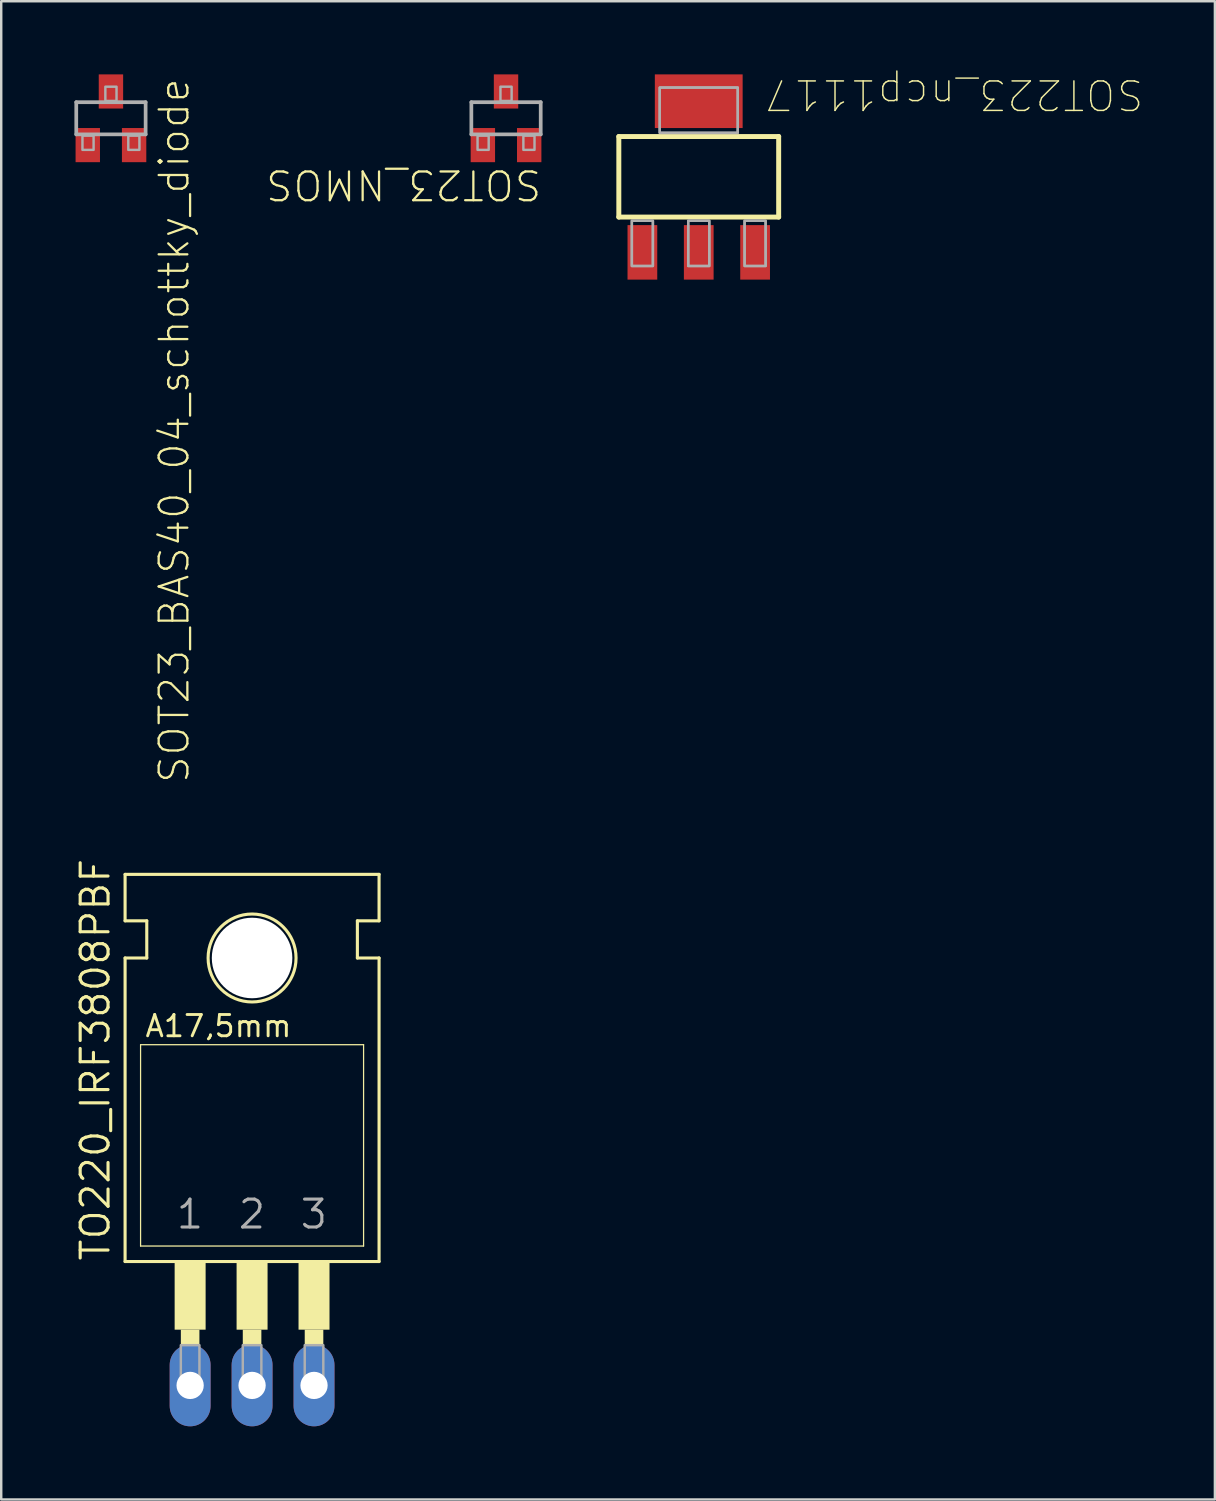
<source format=kicad_pcb>
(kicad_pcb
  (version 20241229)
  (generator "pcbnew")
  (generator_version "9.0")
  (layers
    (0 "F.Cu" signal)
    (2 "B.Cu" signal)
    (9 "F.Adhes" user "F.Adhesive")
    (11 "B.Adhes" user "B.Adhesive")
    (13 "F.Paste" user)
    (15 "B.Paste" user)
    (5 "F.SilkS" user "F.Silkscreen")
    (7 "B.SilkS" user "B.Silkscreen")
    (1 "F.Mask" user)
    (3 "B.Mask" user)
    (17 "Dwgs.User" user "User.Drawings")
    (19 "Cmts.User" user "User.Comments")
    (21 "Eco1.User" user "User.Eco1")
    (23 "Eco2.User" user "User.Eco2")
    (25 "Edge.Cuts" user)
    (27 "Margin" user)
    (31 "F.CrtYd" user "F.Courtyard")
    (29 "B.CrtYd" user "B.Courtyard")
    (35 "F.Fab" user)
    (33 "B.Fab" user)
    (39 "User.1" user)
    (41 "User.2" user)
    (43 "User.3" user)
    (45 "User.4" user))
  (footprint "SOT23_NMOS"
    (layer "F.Cu")
    (at 17.699 1.8)
    (property "Reference" "SOT23_NMOS" (at 1.524 2.032 180) (unlocked yes) (layer "F.SilkS") (effects (font (size 1.177 1.177) (thickness 0.093)) (justify left bottom)))
    (fp_line (start -1.422 -0.66) (end 1.422 -0.66) (stroke (width 0.152) (type solid)) (layer "F.Fab"))
    (fp_line (start -1.422 0.66) (end -1.422 -0.66) (stroke (width 0.152) (type solid)) (layer "F.Fab"))
    (fp_line (start 1.422 -0.66) (end 1.422 0.66) (stroke (width 0.152) (type solid)) (layer "F.Fab"))
    (fp_line (start 1.422 0.66) (end -1.422 0.66) (stroke (width 0.152) (type solid)) (layer "F.Fab"))
    (fp_poly (pts (xy -1.168 1.295) (xy -0.711 1.295) (xy -0.711 0.711) (xy -1.168 0.711)) (stroke (width 0.1) (type default)) (fill no) (layer "F.Fab"))
    (fp_poly (pts (xy -0.229 -0.711) (xy 0.229 -0.711) (xy 0.229 -1.295) (xy -0.229 -1.295)) (stroke (width 0.1) (type default)) (fill no) (layer "F.Fab"))
    (fp_poly (pts (xy 0.711 1.295) (xy 1.168 1.295) (xy 1.168 0.711) (xy 0.711 0.711)) (stroke (width 0.1) (type default)) (fill no) (layer "F.Fab"))
    (pad "1" smd rect (at -0.95 1.1) (size 1 1.4) (layers "F.Cu" "F.Mask" "F.Paste"))
    (pad "2" smd rect (at 0.95 1.1) (size 1 1.4) (layers "F.Cu" "F.Mask" "F.Paste"))
    (pad "3" smd rect (at 0 -1.1) (size 1 1.4) (layers "F.Cu" "F.Mask" "F.Paste")))
  (footprint "SOT23_BAS40_04_schottky_diode"
    (layer "F.Cu")
    (at 1.499 1.8)
    (property "Reference" "SOT23_BAS40_04_schottky_diode" (at 1.905 -1.714 90) (unlocked yes) (layer "F.SilkS") (effects (font (size 1.177 1.177) (thickness 0.093)) (justify right top)))
    (fp_line (start -1.422 -0.66) (end 1.422 -0.66) (stroke (width 0.152) (type solid)) (layer "F.Fab"))
    (fp_line (start -1.422 0.66) (end -1.422 -0.66) (stroke (width 0.152) (type solid)) (layer "F.Fab"))
    (fp_line (start 1.422 -0.66) (end 1.422 0.66) (stroke (width 0.152) (type solid)) (layer "F.Fab"))
    (fp_line (start 1.422 0.66) (end -1.422 0.66) (stroke (width 0.152) (type solid)) (layer "F.Fab"))
    (fp_poly (pts (xy -1.168 1.295) (xy -0.711 1.295) (xy -0.711 0.711) (xy -1.168 0.711)) (stroke (width 0.1) (type default)) (fill no) (layer "F.Fab"))
    (fp_poly (pts (xy -0.229 -0.711) (xy 0.229 -0.711) (xy 0.229 -1.295) (xy -0.229 -1.295)) (stroke (width 0.1) (type default)) (fill no) (layer "F.Fab"))
    (fp_poly (pts (xy 0.711 1.295) (xy 1.168 1.295) (xy 1.168 0.711) (xy 0.711 0.711)) (stroke (width 0.1) (type default)) (fill no) (layer "F.Fab"))
    (pad "1" smd rect (at -0.95 1.1) (size 1 1.4) (layers "F.Cu" "F.Mask" "F.Paste"))
    (pad "2" smd rect (at 0.95 1.1) (size 1 1.4) (layers "F.Cu" "F.Mask" "F.Paste"))
    (pad "3" smd rect (at 0 -1.1) (size 1 1.4) (layers "F.Cu" "F.Mask" "F.Paste")))
  (footprint "SOT223_ncp1117"
    (layer "F.Cu")
    (at 25.601 4.199)
    (property "Reference" "SOT223_ncp1117" (at 2.667 -2.667 180) (unlocked yes) (layer "F.SilkS") (effects (font (size 1.21 1.21) (thickness 0.06)) (justify right top)))
    (fp_line (start -3.277 -1.651) (end 3.277 -1.651) (stroke (width 0.203) (type solid)) (layer "F.SilkS"))
    (fp_line (start -3.277 1.651) (end -3.277 -1.651) (stroke (width 0.203) (type solid)) (layer "F.SilkS"))
    (fp_line (start 3.277 -1.651) (end 3.277 1.651) (stroke (width 0.203) (type solid)) (layer "F.SilkS"))
    (fp_line (start 3.277 1.651) (end -3.277 1.651) (stroke (width 0.203) (type solid)) (layer "F.SilkS"))
    (fp_poly (pts (xy -2.743 3.658) (xy -1.88 3.658) (xy -1.88 1.803) (xy -2.743 1.803)) (stroke (width 0.1) (type default)) (fill no) (layer "F.Fab"))
    (fp_poly (pts (xy -2.743 3.658) (xy -1.88 3.658) (xy -1.88 1.803) (xy -2.743 1.803)) (stroke (width 0.1) (type default)) (fill no) (layer "F.Fab"))
    (fp_poly (pts (xy -1.6 -1.803) (xy 1.6 -1.803) (xy 1.6 -3.658) (xy -1.6 -3.658)) (stroke (width 0.1) (type default)) (fill no) (layer "F.Fab"))
    (fp_poly (pts (xy -1.6 -1.803) (xy 1.6 -1.803) (xy 1.6 -3.658) (xy -1.6 -3.658)) (stroke (width 0.1) (type default)) (fill no) (layer "F.Fab"))
    (fp_poly (pts (xy -0.432 3.658) (xy 0.432 3.658) (xy 0.432 1.803) (xy -0.432 1.803)) (stroke (width 0.1) (type default)) (fill no) (layer "F.Fab"))
    (fp_poly (pts (xy -0.432 3.658) (xy 0.432 3.658) (xy 0.432 1.803) (xy -0.432 1.803)) (stroke (width 0.1) (type default)) (fill no) (layer "F.Fab"))
    (fp_poly (pts (xy 1.88 3.658) (xy 2.743 3.658) (xy 2.743 1.803) (xy 1.88 1.803)) (stroke (width 0.1) (type default)) (fill no) (layer "F.Fab"))
    (fp_poly (pts (xy 1.88 3.658) (xy 2.743 3.658) (xy 2.743 1.803) (xy 1.88 1.803)) (stroke (width 0.1) (type default)) (fill no) (layer "F.Fab"))
    (pad "1" smd rect (at -2.311 3.099) (size 1.219 2.235) (layers "F.Cu" "F.Mask" "F.Paste"))
    (pad "2" smd rect (at 0 3.099) (size 1.219 2.235) (layers "F.Cu" "F.Mask" "F.Paste"))
    (pad "3" smd rect (at 2.311 3.099) (size 1.219 2.235) (layers "F.Cu" "F.Mask" "F.Paste"))
    (pad "4" smd rect (at 0 -3.099) (size 3.6 2.2) (layers "F.Cu" "F.Mask" "F.Paste")))
  (footprint "TO220_IRF3808PBF"
    (layer "F.Cu")
    (at 7.286 47.407)
    (property "Reference" "TO220_IRF3808PBF" (at -5.76 1.318 90) (unlocked yes) (layer "F.SilkS") (effects (font (size 1.142 1.142) (thickness 0.128)) (justify left bottom)))
    (fp_line (start -5.207 -12.7) (end -5.207 -14.605) (stroke (width 0.127) (type solid)) (layer "F.SilkS"))
    (fp_line (start -5.207 -11.176) (end -4.318 -11.176) (stroke (width 0.127) (type solid)) (layer "F.SilkS"))
    (fp_line (start -5.207 1.27) (end -5.207 -11.176) (stroke (width 0.127) (type solid)) (layer "F.SilkS"))
    (fp_line (start -5.207 1.27) (end 5.207 1.27) (stroke (width 0.127) (type solid)) (layer "F.SilkS"))
    (fp_line (start -4.572 0.635) (end -4.572 -7.62) (stroke (width 0.051) (type solid)) (layer "F.SilkS"))
    (fp_line (start -4.572 0.635) (end 4.572 0.635) (stroke (width 0.051) (type solid)) (layer "F.SilkS"))
    (fp_line (start -4.318 -12.7) (end -5.207 -12.7) (stroke (width 0.127) (type solid)) (layer "F.SilkS"))
    (fp_line (start -4.318 -11.176) (end -4.318 -12.7) (stroke (width 0.127) (type solid)) (layer "F.SilkS"))
    (fp_line (start 4.318 -12.7) (end 5.207 -12.7) (stroke (width 0.127) (type solid)) (layer "F.SilkS"))
    (fp_line (start 4.318 -11.176) (end 4.318 -12.7) (stroke (width 0.127) (type solid)) (layer "F.SilkS"))
    (fp_line (start 4.572 -7.62) (end -4.572 -7.62) (stroke (width 0.051) (type solid)) (layer "F.SilkS"))
    (fp_line (start 4.572 -7.62) (end 4.572 0.635) (stroke (width 0.051) (type solid)) (layer "F.SilkS"))
    (fp_line (start 5.207 -14.605) (end -5.207 -14.605) (stroke (width 0.127) (type solid)) (layer "F.SilkS"))
    (fp_line (start 5.207 -12.7) (end 5.207 -14.605) (stroke (width 0.127) (type solid)) (layer "F.SilkS"))
    (fp_line (start 5.207 -11.176) (end 4.318 -11.176) (stroke (width 0.127) (type solid)) (layer "F.SilkS"))
    (fp_line (start 5.207 1.27) (end 5.207 -11.176) (stroke (width 0.127) (type solid)) (layer "F.SilkS"))
    (fp_circle (center 0 -11.176) (end 1.803 -11.176) (stroke (width 0.127) (type solid)) (fill no) (layer "F.SilkS"))
    (fp_poly (pts (xy -3.175 4.064) (xy -1.905 4.064) (xy -1.905 1.27) (xy -3.175 1.27)) (stroke (width 0) (type default)) (fill yes) (layer "F.SilkS"))
    (fp_poly (pts (xy -2.921 4.699) (xy -2.159 4.699) (xy -2.159 4.064) (xy -2.921 4.064)) (stroke (width 0) (type default)) (fill yes) (layer "F.SilkS"))
    (fp_poly (pts (xy -0.635 4.064) (xy 0.635 4.064) (xy 0.635 1.27) (xy -0.635 1.27)) (stroke (width 0) (type default)) (fill yes) (layer "F.SilkS"))
    (fp_poly (pts (xy -0.381 4.699) (xy 0.381 4.699) (xy 0.381 4.064) (xy -0.381 4.064)) (stroke (width 0) (type default)) (fill yes) (layer "F.SilkS"))
    (fp_poly (pts (xy 1.905 4.064) (xy 3.175 4.064) (xy 3.175 1.27) (xy 1.905 1.27)) (stroke (width 0) (type default)) (fill yes) (layer "F.SilkS"))
    (fp_poly (pts (xy 2.159 4.699) (xy 2.921 4.699) (xy 2.921 4.064) (xy 2.159 4.064)) (stroke (width 0) (type default)) (fill yes) (layer "F.SilkS"))
    (fp_poly (pts (xy -2.921 6.604) (xy -2.159 6.604) (xy -2.159 4.699) (xy -2.921 4.699)) (stroke (width 0.1) (type default)) (fill no) (layer "F.Fab"))
    (fp_poly (pts (xy -0.381 6.604) (xy 0.381 6.604) (xy 0.381 4.699) (xy -0.381 4.699)) (stroke (width 0.1) (type default)) (fill no) (layer "F.Fab"))
    (fp_poly (pts (xy 2.159 6.604) (xy 2.921 6.604) (xy 2.921 4.699) (xy 2.159 4.699)) (stroke (width 0.1) (type default)) (fill no) (layer "F.Fab"))
    (fp_text user "A17,5mm" (at -4.445 -7.874 0) (unlocked yes) (layer "F.SilkS") (effects (font (size 0.872 0.872) (thickness 0.119)) (justify left bottom)))
    (fp_text user "1" (at -3.175 0 0) (unlocked yes) (layer "F.Fab") (effects (font (size 1.143 1.143) (thickness 0.127)) (justify left bottom)))
    (fp_text user "2" (at -0.635 0 0) (unlocked yes) (layer "F.Fab") (effects (font (size 1.143 1.143) (thickness 0.127)) (justify left bottom)))
    (fp_text user "3" (at 1.905 0 0) (unlocked yes) (layer "F.Fab") (effects (font (size 1.143 1.143) (thickness 0.127)) (justify left bottom)))
    (pad "" np_thru_hole circle (at 0 -11.176) (size 3.302 3.302) (drill 3.302) (layers "*.Cu" "*.Mask"))
    (pad "1" thru_hole oval (at -2.54 6.35 90) (size 3.353 1.676) (drill 1.118) (layers "*.Cu" "*.Mask"))
    (pad "2" thru_hole oval (at 0 6.35 90) (size 3.353 1.676) (drill 1.118) (layers "*.Cu" "*.Mask"))
    (pad "3" thru_hole oval (at 2.54 6.35 90) (size 3.353 1.676) (drill 1.118) (layers "*.Cu" "*.Mask"))
    (zone (net_name "") (layers "F.Cu" "B.Cu") (hatch edge 0.5) (connect_pads) (min_thickness 0.25) (filled_areas_thickness no) (keepout (tracks allowed) (vias not_allowed) (pads allowed) (copperpour allowed) (footprints allowed)) (placement (enabled no)) (fill) (polygon (pts (xy 11.477 36.231) (xy 11.457 35.82) (xy 11.397 35.413) (xy 11.297 35.014) (xy 11.158 34.627) (xy 10.982 34.255) (xy 10.771 33.902) (xy 10.526 33.572) (xy 10.25 33.267) (xy 9.945 32.991) (xy 9.615 32.746) (xy 9.262 32.534) (xy 8.89 32.359) (xy 8.503 32.22) (xy 8.104 32.12) (xy 7.697 32.06) (xy 7.286 32.04) (xy 6.875 32.06) (xy 6.469 32.12) (xy 6.07 32.22) (xy 5.682 32.359) (xy 5.311 32.534) (xy 4.958 32.746) (xy 4.628 32.991) (xy 4.323 33.267) (xy 4.047 33.572) (xy 3.802 33.902) (xy 3.59 34.255) (xy 3.414 34.627) (xy 3.276 35.014) (xy 3.176 35.413) (xy 3.115 35.82) (xy 3.095 36.231) (xy 3.115 36.641) (xy 3.176 37.048) (xy 3.276 37.447) (xy 3.414 37.834) (xy 3.59 38.206) (xy 3.802 38.559) (xy 4.047 38.889) (xy 4.323 39.194) (xy 4.628 39.47) (xy 4.958 39.715) (xy 5.311 39.927) (xy 5.682 40.103) (xy 6.07 40.241) (xy 6.469 40.341) (xy 6.875 40.401) (xy 7.286 40.422) (xy 7.697 40.401) (xy 8.104 40.341) (xy 8.503 40.241) (xy 8.89 40.103) (xy 9.262 39.927) (xy 9.615 39.715) (xy 9.945 39.47) (xy 10.25 39.194) (xy 10.526 38.889) (xy 10.771 38.559) (xy 10.982 38.206) (xy 11.158 37.834) (xy 11.297 37.447) (xy 11.397 37.048) (xy 11.457 36.641))))
    (zone (net_name "") (layer "B.Cu") (hatch edge 0.5) (connect_pads) (min_thickness 0.25) (filled_areas_thickness no) (keepout (tracks not_allowed) (vias not_allowed) (pads not_allowed) (copperpour not_allowed) (footprints allowed)) (placement (enabled no)) (fill) (polygon (pts (xy 11.477 36.231) (xy 11.457 35.82) (xy 11.397 35.413) (xy 11.297 35.014) (xy 11.158 34.627) (xy 10.982 34.255) (xy 10.771 33.902) (xy 10.526 33.572) (xy 10.25 33.267) (xy 9.945 32.991) (xy 9.615 32.746) (xy 9.262 32.534) (xy 8.89 32.359) (xy 8.503 32.22) (xy 8.104 32.12) (xy 7.697 32.06) (xy 7.286 32.04) (xy 6.875 32.06) (xy 6.469 32.12) (xy 6.07 32.22) (xy 5.682 32.359) (xy 5.311 32.534) (xy 4.958 32.746) (xy 4.628 32.991) (xy 4.323 33.267) (xy 4.047 33.572) (xy 3.802 33.902) (xy 3.59 34.255) (xy 3.414 34.627) (xy 3.276 35.014) (xy 3.176 35.413) (xy 3.115 35.82) (xy 3.095 36.231) (xy 3.115 36.641) (xy 3.176 37.048) (xy 3.276 37.447) (xy 3.414 37.834) (xy 3.59 38.206) (xy 3.802 38.559) (xy 4.047 38.889) (xy 4.323 39.194) (xy 4.628 39.47) (xy 4.958 39.715) (xy 5.311 39.927) (xy 5.682 40.103) (xy 6.07 40.241) (xy 6.469 40.341) (xy 6.875 40.401) (xy 7.286 40.422) (xy 7.697 40.401) (xy 8.104 40.341) (xy 8.503 40.241) (xy 8.89 40.103) (xy 9.262 39.927) (xy 9.615 39.715) (xy 9.945 39.47) (xy 10.25 39.194) (xy 10.526 38.889) (xy 10.771 38.559) (xy 10.982 38.206) (xy 11.158 37.834) (xy 11.297 37.447) (xy 11.397 37.048) (xy 11.457 36.641)))))
  (gr_rect
    (start -3 -3)
    (end 46.765 58.433)
    (stroke (width 0.1) (type default))
    (fill no)
    (layer "Edge.Cuts")))
</source>
